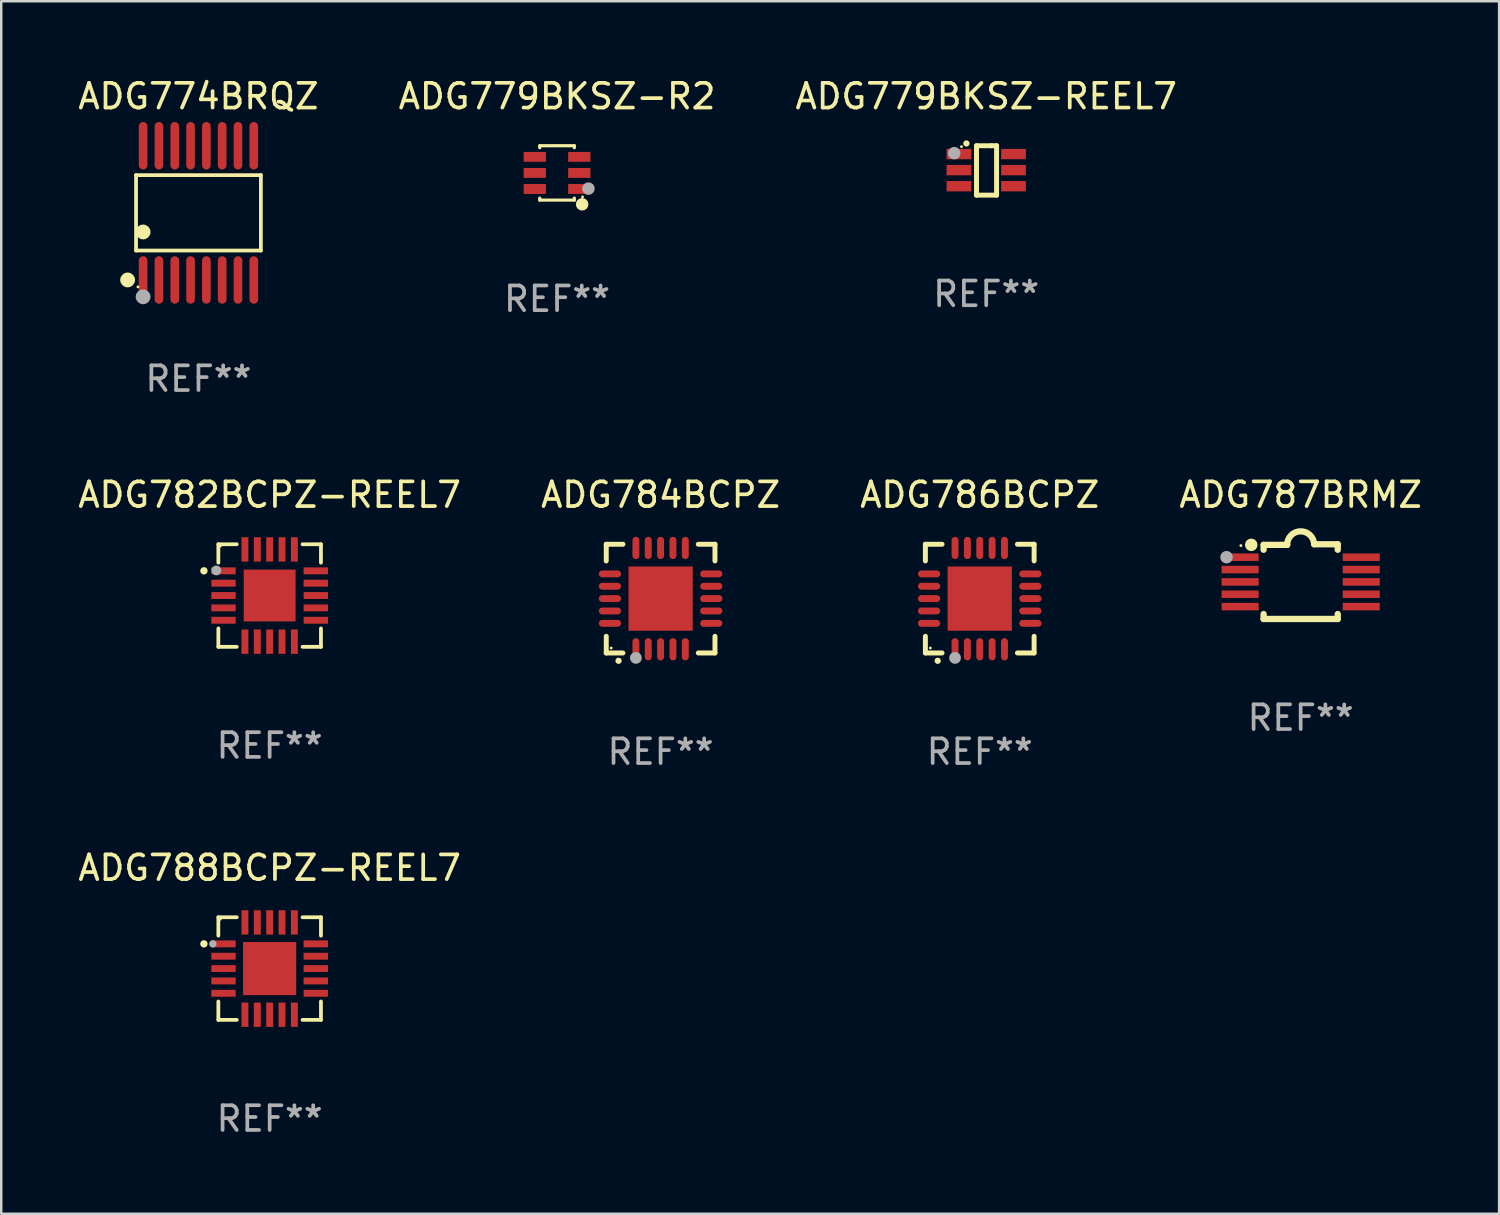
<source format=kicad_pcb>
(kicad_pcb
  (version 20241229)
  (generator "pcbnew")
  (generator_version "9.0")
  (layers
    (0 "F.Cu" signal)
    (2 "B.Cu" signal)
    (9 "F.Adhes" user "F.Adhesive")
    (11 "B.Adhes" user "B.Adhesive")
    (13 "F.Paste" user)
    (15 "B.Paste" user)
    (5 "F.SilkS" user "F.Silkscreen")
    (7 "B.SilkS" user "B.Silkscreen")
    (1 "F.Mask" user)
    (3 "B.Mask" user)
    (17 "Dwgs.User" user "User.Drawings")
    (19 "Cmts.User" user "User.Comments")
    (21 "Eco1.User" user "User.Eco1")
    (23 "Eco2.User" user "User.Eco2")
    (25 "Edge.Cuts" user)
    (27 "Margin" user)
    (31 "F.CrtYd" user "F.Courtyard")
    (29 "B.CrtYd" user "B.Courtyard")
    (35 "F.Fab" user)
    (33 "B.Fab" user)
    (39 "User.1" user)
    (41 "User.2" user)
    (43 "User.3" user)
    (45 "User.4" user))
  (footprint "ADG779BKSZ-R2"
    (layer "F.Cu")
    (at 19.494 3.948)
    (property "Reference" "ADG779BKSZ-R2" (at 0 -3.1 0) (layer "F.SilkS") (effects (font (size 1 1) (thickness 0.15))))
    (attr through_hole)
    (fp_line (start -0.7 -1.018) (end -0.7 -1.1) (stroke (width 0.127) (type solid)) (layer "F.SilkS"))
    (fp_line (start -0.7 1.1) (end -0.7 1.018) (stroke (width 0.127) (type solid)) (layer "F.SilkS"))
    (fp_line (start 0.7 -1.1) (end -0.7 -1.1) (stroke (width 0.127) (type solid)) (layer "F.SilkS"))
    (fp_line (start 0.7 -1.018) (end 0.7 -1.1) (stroke (width 0.127) (type solid)) (layer "F.SilkS"))
    (fp_line (start 0.7 1.1) (end -0.7 1.1) (stroke (width 0.127) (type solid)) (layer "F.SilkS"))
    (fp_line (start 0.7 1.1) (end 0.7 1.018) (stroke (width 0.127) (type solid)) (layer "F.SilkS"))
    (fp_circle (center 1.016 1.27) (end 1.143 1.27) (stroke (width 0.254) (type solid)) (fill no) (layer "F.SilkS"))
    (fp_circle (center 1.032 0.97) (end 1.062 0.97) (stroke (width 0.06) (type solid)) (fill no) (layer "F.SilkS"))
    (fp_circle (center 1.27 0.635) (end 1.397 0.635) (stroke (width 0.254) (type solid)) (fill no) (layer "F.Fab"))
    (fp_text user "REF**" (at 0 5.1 0) (layer "F.Fab") (effects (font (size 1 1) (thickness 0.15))))
    (pad "1" smd rect (at 0.9 0.65 90) (size 0.4 0.9) (layers "F.Cu" "F.Mask" "F.Paste"))
    (pad "2" smd rect (at 0.9 -0.000102 90) (size 0.4 0.9) (layers "F.Cu" "F.Mask" "F.Paste"))
    (pad "3" smd rect (at 0.9 -0.65 90) (size 0.4 0.9) (layers "F.Cu" "F.Mask" "F.Paste"))
    (pad "4" smd rect (at -0.9 -0.65 90) (size 0.4 0.9) (layers "F.Cu" "F.Mask" "F.Paste"))
    (pad "5" smd rect (at -0.9 -0.000102 90) (size 0.4 0.9) (layers "F.Cu" "F.Mask" "F.Paste"))
    (pad "6" smd rect (at -0.9 0.65 90) (size 0.4 0.9) (layers "F.Cu" "F.Mask" "F.Paste")))
  (footprint "ADG786BCPZ"
    (layer "F.Cu")
    (at 36.601 21.176)
    (property "Reference" "ADG786BCPZ" (at 0 -4.2 0) (layer "F.SilkS") (effects (font (size 1 1) (thickness 0.15))))
    (attr through_hole)
    (fp_line (start -2.2 -2.2) (end -1.525 -2.2) (stroke (width 0.2) (type solid)) (layer "F.SilkS"))
    (fp_line (start -2.2 -1.525) (end -2.2 -2.2) (stroke (width 0.2) (type solid)) (layer "F.SilkS"))
    (fp_line (start -2.2 2.2) (end -2.2 1.525) (stroke (width 0.2) (type solid)) (layer "F.SilkS"))
    (fp_line (start -1.525 2.2) (end -2.2 2.2) (stroke (width 0.2) (type solid)) (layer "F.SilkS"))
    (fp_line (start 1.525 2.2) (end 2.2 2.2) (stroke (width 0.2) (type solid)) (layer "F.SilkS"))
    (fp_line (start 2.2 -2.2) (end 1.525 -2.2) (stroke (width 0.2) (type solid)) (layer "F.SilkS"))
    (fp_line (start 2.2 -1.525) (end 2.2 -2.2) (stroke (width 0.2) (type solid)) (layer "F.SilkS"))
    (fp_line (start 2.2 2.2) (end 2.2 1.525) (stroke (width 0.2) (type solid)) (layer "F.SilkS"))
    (fp_arc (start -1.703073 2.516612) (mid -1.701803 2.516606) (end -1.700533 2.516612) (stroke (width 0.25) (type solid)) (layer "F.SilkS"))
    (fp_circle (center -2 2) (end -1.97 2) (stroke (width 0.06) (type solid)) (fill no) (layer "F.SilkS"))
    (fp_circle (center -1 2.4) (end -0.88 2.4) (stroke (width 0.24) (type solid)) (fill no) (layer "F.Fab"))
    (fp_text user "REF**" (at 0 6.2 0) (layer "F.Fab") (effects (font (size 1 1) (thickness 0.15))))
    (pad "1" smd oval (at -1 2.05) (size 0.28 0.9) (layers "F.Cu" "F.Mask" "F.Paste"))
    (pad "2" smd oval (at -0.5 2.05) (size 0.28 0.9) (layers "F.Cu" "F.Mask" "F.Paste"))
    (pad "3" smd oval (at 0.000076 2.05) (size 0.28 0.9) (layers "F.Cu" "F.Mask" "F.Paste"))
    (pad "4" smd oval (at 0.5 2.05) (size 0.28 0.9) (layers "F.Cu" "F.Mask" "F.Paste"))
    (pad "5" smd oval (at 1 2.05) (size 0.28 0.9) (layers "F.Cu" "F.Mask" "F.Paste"))
    (pad "6" smd oval (at 2.05 1) (size 0.9 0.28) (layers "F.Cu" "F.Mask" "F.Paste"))
    (pad "7" smd oval (at 2.05 0.5) (size 0.9 0.28) (layers "F.Cu" "F.Mask" "F.Paste"))
    (pad "8" smd oval (at 2.05 0.000076) (size 0.9 0.28) (layers "F.Cu" "F.Mask" "F.Paste"))
    (pad "9" smd oval (at 2.05 -0.5) (size 0.9 0.28) (layers "F.Cu" "F.Mask" "F.Paste"))
    (pad "10" smd oval (at 2.05 -1) (size 0.9 0.28) (layers "F.Cu" "F.Mask" "F.Paste"))
    (pad "11" smd oval (at 1 -2.05) (size 0.28 0.9) (layers "F.Cu" "F.Mask" "F.Paste"))
    (pad "12" smd oval (at 0.5 -2.05) (size 0.28 0.9) (layers "F.Cu" "F.Mask" "F.Paste"))
    (pad "13" smd oval (at 0.000076 -2.05) (size 0.28 0.9) (layers "F.Cu" "F.Mask" "F.Paste"))
    (pad "14" smd oval (at -0.5 -2.05) (size 0.28 0.9) (layers "F.Cu" "F.Mask" "F.Paste"))
    (pad "15" smd oval (at -1 -2.05) (size 0.28 0.9) (layers "F.Cu" "F.Mask" "F.Paste"))
    (pad "16" smd oval (at -2.05 -1) (size 0.9 0.28) (layers "F.Cu" "F.Mask" "F.Paste"))
    (pad "17" smd oval (at -2.05 -0.5) (size 0.9 0.28) (layers "F.Cu" "F.Mask" "F.Paste"))
    (pad "18" smd oval (at -2.05 0.000076) (size 0.9 0.28) (layers "F.Cu" "F.Mask" "F.Paste"))
    (pad "19" smd oval (at -2.05 0.5) (size 0.9 0.28) (layers "F.Cu" "F.Mask" "F.Paste"))
    (pad "20" smd oval (at -2.05 1) (size 0.9 0.28) (layers "F.Cu" "F.Mask" "F.Paste"))
    (pad "21" smd rect (at 0.000076 0.000076) (size 2.6 2.6) (layers "F.Cu" "F.Mask" "F.Paste")))
  (footprint "ADG774BRQZ"
    (layer "F.Cu")
    (at 4.982 5.564)
    (property "Reference" "ADG774BRQZ" (at 0 -4.716 0) (layer "F.SilkS") (effects (font (size 1 1) (thickness 0.15))))
    (attr through_hole)
    (fp_line (start -2.526 -1.526) (end 2.526 -1.526) (stroke (width 0.152) (type solid)) (layer "F.SilkS"))
    (fp_line (start -2.526 1.526) (end -2.526 -1.526) (stroke (width 0.152) (type solid)) (layer "F.SilkS"))
    (fp_line (start 2.526 -1.526) (end 2.526 1.526) (stroke (width 0.152) (type solid)) (layer "F.SilkS"))
    (fp_line (start 2.526 1.526) (end -2.526 1.526) (stroke (width 0.152) (type solid)) (layer "F.SilkS"))
    (fp_circle (center -2.867 2.716) (end -2.717 2.716) (stroke (width 0.3) (type solid)) (fill no) (layer "F.SilkS"))
    (fp_circle (center -2.45 2.997) (end -2.42 2.997) (stroke (width 0.06) (type solid)) (fill no) (layer "F.SilkS"))
    (fp_circle (center -2.24 0.774) (end -2.09 0.774) (stroke (width 0.3) (type solid)) (fill no) (layer "F.SilkS"))
    (fp_circle (center -2.24 3.398) (end -2.09 3.398) (stroke (width 0.3) (type solid)) (fill no) (layer "F.Fab"))
    (fp_text user "REF**" (at 0 6.716 0) (layer "F.Fab") (effects (font (size 1 1) (thickness 0.15))))
    (pad "1" smd oval (at -2.24 2.716) (size 0.35 1.922) (layers "F.Cu" "F.Mask" "F.Paste"))
    (pad "2" smd oval (at -1.6 2.716) (size 0.35 1.922) (layers "F.Cu" "F.Mask" "F.Paste"))
    (pad "3" smd oval (at -0.96 2.716) (size 0.35 1.922) (layers "F.Cu" "F.Mask" "F.Paste"))
    (pad "4" smd oval (at -0.32 2.716) (size 0.35 1.922) (layers "F.Cu" "F.Mask" "F.Paste"))
    (pad "5" smd oval (at 0.32 2.716) (size 0.35 1.922) (layers "F.Cu" "F.Mask" "F.Paste"))
    (pad "6" smd oval (at 0.96 2.716) (size 0.35 1.922) (layers "F.Cu" "F.Mask" "F.Paste"))
    (pad "7" smd oval (at 1.6 2.716) (size 0.35 1.922) (layers "F.Cu" "F.Mask" "F.Paste"))
    (pad "8" smd oval (at 2.24 2.716) (size 0.35 1.922) (layers "F.Cu" "F.Mask" "F.Paste"))
    (pad "9" smd oval (at 2.24 -2.716) (size 0.35 1.922) (layers "F.Cu" "F.Mask" "F.Paste"))
    (pad "10" smd oval (at 1.6 -2.716) (size 0.35 1.922) (layers "F.Cu" "F.Mask" "F.Paste"))
    (pad "11" smd oval (at 0.96 -2.716) (size 0.35 1.922) (layers "F.Cu" "F.Mask" "F.Paste"))
    (pad "12" smd oval (at 0.32 -2.716) (size 0.35 1.922) (layers "F.Cu" "F.Mask" "F.Paste"))
    (pad "13" smd oval (at -0.32 -2.716) (size 0.35 1.922) (layers "F.Cu" "F.Mask" "F.Paste"))
    (pad "14" smd oval (at -0.96 -2.716) (size 0.35 1.922) (layers "F.Cu" "F.Mask" "F.Paste"))
    (pad "15" smd oval (at -1.6 -2.716) (size 0.35 1.922) (layers "F.Cu" "F.Mask" "F.Paste"))
    (pad "16" smd oval (at -2.24 -2.716) (size 0.35 1.922) (layers "F.Cu" "F.Mask" "F.Paste")))
  (footprint "ADG779BKSZ-REEL7"
    (layer "F.Cu")
    (at 36.863 3.848)
    (property "Reference" "ADG779BKSZ-REEL7" (at 0 -3 0) (layer "F.SilkS") (effects (font (size 1 1) (thickness 0.15))))
    (attr through_hole)
    (fp_line (start -0.393 -1) (end -0.393 1) (stroke (width 0.2) (type solid)) (layer "F.SilkS"))
    (fp_line (start -0.393 1) (end 0.419 1) (stroke (width 0.2) (type solid)) (layer "F.SilkS"))
    (fp_line (start 0.213 -1) (end -0.393 -1) (stroke (width 0.2) (type solid)) (layer "F.SilkS"))
    (fp_line (start 0.419 -1) (end 0.213 -1) (stroke (width 0.2) (type solid)) (layer "F.SilkS"))
    (fp_line (start 0.419 1) (end 0.419 -1) (stroke (width 0.2) (type solid)) (layer "F.SilkS"))
    (fp_arc (start -0.802413 -1.092202) (mid -0.801143 -1.092209) (end -0.799873 -1.092202) (stroke (width 0.25) (type solid)) (layer "F.SilkS"))
    (fp_circle (center -1 -0.963) (end -0.97 -0.963) (stroke (width 0.06) (type solid)) (fill no) (layer "F.SilkS"))
    (fp_circle (center -1.295 -0.699) (end -1.168 -0.699) (stroke (width 0.254) (type solid)) (fill no) (layer "F.Fab"))
    (fp_text user "REF**" (at 0 5 0) (layer "F.Fab") (effects (font (size 1 1) (thickness 0.15))))
    (pad "1" smd rect (at -1.105 -0.663 270) (size 0.42 1) (layers "F.Cu" "F.Mask" "F.Paste"))
    (pad "2" smd rect (at -1.105 -0.013 270) (size 0.42 1) (layers "F.Cu" "F.Mask" "F.Paste"))
    (pad "3" smd rect (at -1.105 0.637 270) (size 0.42 1) (layers "F.Cu" "F.Mask" "F.Paste"))
    (pad "4" smd rect (at 1.105 0.637 90) (size 0.42 1) (layers "F.Cu" "F.Mask" "F.Paste"))
    (pad "5" smd rect (at 1.105 -0.013 90) (size 0.42 1) (layers "F.Cu" "F.Mask" "F.Paste"))
    (pad "6" smd rect (at 1.105 -0.663 90) (size 0.42 1) (layers "F.Cu" "F.Mask" "F.Paste")))
  (footprint "ADG787BRMZ"
    (layer "F.Cu")
    (at 49.589 20.488)
    (property "Reference" "ADG787BRMZ" (at 0 -3.512 0) (layer "F.SilkS") (effects (font (size 1 1) (thickness 0.15))))
    (attr through_hole)
    (fp_line (start -1.5 -1.288) (end -1.5 -1.487) (stroke (width 0.254) (type solid)) (layer "F.SilkS"))
    (fp_line (start -1.5 1.512) (end -1.5 1.312) (stroke (width 0.254) (type solid)) (layer "F.SilkS"))
    (fp_line (start -0.546 -1.487) (end -1.5 -1.487) (stroke (width 0.254) (type solid)) (layer "F.SilkS"))
    (fp_line (start 1.5 -1.512) (end 0.546 -1.512) (stroke (width 0.254) (type solid)) (layer "F.SilkS"))
    (fp_line (start 1.5 -1.288) (end 1.5 -1.512) (stroke (width 0.254) (type solid)) (layer "F.SilkS"))
    (fp_line (start 1.5 1.512) (end -1.5 1.512) (stroke (width 0.254) (type solid)) (layer "F.SilkS"))
    (fp_line (start 1.5 1.512) (end 1.5 1.312) (stroke (width 0.254) (type solid)) (layer "F.SilkS"))
    (fp_arc (start -0.546151 -1.486601) (mid -0.01246 -2.032889) (end 0.54605 -1.512002) (stroke (width 0.254001) (type solid)) (layer "F.SilkS"))
    (fp_circle (center -2.42 -1.458) (end -2.39 -1.458) (stroke (width 0.06) (type solid)) (fill no) (layer "F.SilkS"))
    (fp_circle (center -2 -1.488) (end -1.873 -1.488) (stroke (width 0.254) (type solid)) (fill no) (layer "F.SilkS"))
    (fp_circle (center -3 -0.988) (end -2.873 -0.988) (stroke (width 0.254) (type solid)) (fill no) (layer "F.Fab"))
    (fp_text user "REF**" (at 0 5.512 0) (layer "F.Fab") (effects (font (size 1 1) (thickness 0.15))))
    (pad "1" smd rect (at -2.451 -0.988) (size 1.5 0.305) (layers "F.Cu" "F.Mask" "F.Paste"))
    (pad "2" smd rect (at -2.451 -0.488) (size 1.5 0.305) (layers "F.Cu" "F.Mask" "F.Paste"))
    (pad "3" smd rect (at -2.451 0.012) (size 1.5 0.305) (layers "F.Cu" "F.Mask" "F.Paste"))
    (pad "4" smd rect (at -2.451 0.512) (size 1.5 0.305) (layers "F.Cu" "F.Mask" "F.Paste"))
    (pad "5" smd rect (at -2.451 1.012) (size 1.5 0.305) (layers "F.Cu" "F.Mask" "F.Paste"))
    (pad "6" smd rect (at 2.451 1.012) (size 1.5 0.305) (layers "F.Cu" "F.Mask" "F.Paste"))
    (pad "7" smd rect (at 2.451 0.512) (size 1.5 0.305) (layers "F.Cu" "F.Mask" "F.Paste"))
    (pad "8" smd rect (at 2.451 0.012) (size 1.5 0.305) (layers "F.Cu" "F.Mask" "F.Paste"))
    (pad "9" smd rect (at 2.451 -0.488) (size 1.5 0.305) (layers "F.Cu" "F.Mask" "F.Paste"))
    (pad "10" smd rect (at 2.451 -0.988) (size 1.5 0.305) (layers "F.Cu" "F.Mask" "F.Paste")))
  (footprint "ADG782BCPZ-REEL7"
    (layer "F.Cu")
    (at 7.863 21.052)
    (property "Reference" "ADG782BCPZ-REEL7" (at 0 -4.076 0) (layer "F.SilkS") (effects (font (size 1 1) (thickness 0.15))))
    (attr through_hole)
    (fp_line (start -2.076 -2.076) (end -2.076 -1.331) (stroke (width 0.152) (type solid)) (layer "F.SilkS"))
    (fp_line (start -2.076 2.076) (end -2.076 1.331) (stroke (width 0.152) (type solid)) (layer "F.SilkS"))
    (fp_line (start -1.331 -2.076) (end -2.076 -2.076) (stroke (width 0.152) (type solid)) (layer "F.SilkS"))
    (fp_line (start -1.331 2.076) (end -2.076 2.076) (stroke (width 0.152) (type solid)) (layer "F.SilkS"))
    (fp_line (start 1.331 -2.076) (end 2.076 -2.076) (stroke (width 0.152) (type solid)) (layer "F.SilkS"))
    (fp_line (start 1.331 2.076) (end 2.076 2.076) (stroke (width 0.152) (type solid)) (layer "F.SilkS"))
    (fp_line (start 2.076 -2.076) (end 2.076 -1.331) (stroke (width 0.152) (type solid)) (layer "F.SilkS"))
    (fp_line (start 2.076 2.076) (end 2.076 1.331) (stroke (width 0.152) (type solid)) (layer "F.SilkS"))
    (fp_circle (center -2.66 -1) (end -2.585 -1) (stroke (width 0.15) (type solid)) (fill no) (layer "F.SilkS"))
    (fp_circle (center -2 -2) (end -1.97 -2) (stroke (width 0.06) (type solid)) (fill no) (layer "F.SilkS"))
    (fp_circle (center -2.159 -1.016) (end -2.059 -1.016) (stroke (width 0.2) (type solid)) (fill no) (layer "F.Fab"))
    (fp_text user "REF**" (at 0 6.076 0) (layer "F.Fab") (effects (font (size 1 1) (thickness 0.15))))
    (pad "1" smd rect (at -1.867 -1) (size 0.985 0.28) (layers "F.Cu" "F.Mask" "F.Paste"))
    (pad "2" smd rect (at -1.867 -0.5) (size 0.985 0.28) (layers "F.Cu" "F.Mask" "F.Paste"))
    (pad "3" smd rect (at -1.867 0) (size 0.985 0.28) (layers "F.Cu" "F.Mask" "F.Paste"))
    (pad "4" smd rect (at -1.867 0.5) (size 0.985 0.28) (layers "F.Cu" "F.Mask" "F.Paste"))
    (pad "5" smd rect (at -1.867 1) (size 0.985 0.28) (layers "F.Cu" "F.Mask" "F.Paste"))
    (pad "6" smd rect (at -1 1.867) (size 0.28 0.985) (layers "F.Cu" "F.Mask" "F.Paste"))
    (pad "7" smd rect (at -0.5 1.867) (size 0.28 0.985) (layers "F.Cu" "F.Mask" "F.Paste"))
    (pad "8" smd rect (at 0 1.867) (size 0.28 0.985) (layers "F.Cu" "F.Mask" "F.Paste"))
    (pad "9" smd rect (at 0.5 1.867) (size 0.28 0.985) (layers "F.Cu" "F.Mask" "F.Paste"))
    (pad "10" smd rect (at 1 1.867) (size 0.28 0.985) (layers "F.Cu" "F.Mask" "F.Paste"))
    (pad "11" smd rect (at 1.867 1) (size 0.985 0.28) (layers "F.Cu" "F.Mask" "F.Paste"))
    (pad "12" smd rect (at 1.867 0.5) (size 0.985 0.28) (layers "F.Cu" "F.Mask" "F.Paste"))
    (pad "13" smd rect (at 1.867 0) (size 0.985 0.28) (layers "F.Cu" "F.Mask" "F.Paste"))
    (pad "14" smd rect (at 1.867 -0.5) (size 0.985 0.28) (layers "F.Cu" "F.Mask" "F.Paste"))
    (pad "15" smd rect (at 1.867 -1) (size 0.985 0.28) (layers "F.Cu" "F.Mask" "F.Paste"))
    (pad "16" smd rect (at 1 -1.867) (size 0.28 0.985) (layers "F.Cu" "F.Mask" "F.Paste"))
    (pad "17" smd rect (at 0.5 -1.867) (size 0.28 0.985) (layers "F.Cu" "F.Mask" "F.Paste"))
    (pad "18" smd rect (at 0 -1.867) (size 0.28 0.985) (layers "F.Cu" "F.Mask" "F.Paste"))
    (pad "19" smd rect (at -0.5 -1.867) (size 0.28 0.985) (layers "F.Cu" "F.Mask" "F.Paste"))
    (pad "20" smd rect (at -1 -1.867) (size 0.28 0.985) (layers "F.Cu" "F.Mask" "F.Paste"))
    (pad "21" smd rect (at 0 0) (size 2.1 2.1) (layers "F.Cu" "F.Mask" "F.Paste")))
  (footprint "ADG788BCPZ-REEL7"
    (layer "F.Cu")
    (at 7.863 36.149)
    (property "Reference" "ADG788BCPZ-REEL7" (at 0 -4.076 0) (layer "F.SilkS") (effects (font (size 1 1) (thickness 0.15))))
    (attr through_hole)
    (fp_line (start -2.076 -2.076) (end -2.076 -1.331) (stroke (width 0.152) (type solid)) (layer "F.SilkS"))
    (fp_line (start -2.076 2.076) (end -2.076 1.331) (stroke (width 0.152) (type solid)) (layer "F.SilkS"))
    (fp_line (start -1.331 -2.076) (end -2.076 -2.076) (stroke (width 0.152) (type solid)) (layer "F.SilkS"))
    (fp_line (start -1.331 2.076) (end -2.076 2.076) (stroke (width 0.152) (type solid)) (layer "F.SilkS"))
    (fp_line (start 1.331 -2.076) (end 2.076 -2.076) (stroke (width 0.152) (type solid)) (layer "F.SilkS"))
    (fp_line (start 1.331 2.076) (end 2.076 2.076) (stroke (width 0.152) (type solid)) (layer "F.SilkS"))
    (fp_line (start 2.076 -2.076) (end 2.076 -1.331) (stroke (width 0.152) (type solid)) (layer "F.SilkS"))
    (fp_line (start 2.076 2.076) (end 2.076 1.331) (stroke (width 0.152) (type solid)) (layer "F.SilkS"))
    (fp_circle (center -2.66 -1) (end -2.585 -1) (stroke (width 0.15) (type solid)) (fill no) (layer "F.SilkS"))
    (fp_circle (center -2 -2) (end -1.97 -2) (stroke (width 0.06) (type solid)) (fill no) (layer "F.SilkS"))
    (fp_circle (center -2.3 -1) (end -2.225 -1) (stroke (width 0.15) (type solid)) (fill no) (layer "F.Fab"))
    (fp_text user "REF**" (at 0 6.076 0) (layer "F.Fab") (effects (font (size 1 1) (thickness 0.15))))
    (pad "1" smd rect (at -1.867 -1) (size 0.985 0.28) (layers "F.Cu" "F.Mask" "F.Paste"))
    (pad "2" smd rect (at -1.867 -0.5) (size 0.985 0.28) (layers "F.Cu" "F.Mask" "F.Paste"))
    (pad "3" smd rect (at -1.867 0) (size 0.985 0.28) (layers "F.Cu" "F.Mask" "F.Paste"))
    (pad "4" smd rect (at -1.867 0.5) (size 0.985 0.28) (layers "F.Cu" "F.Mask" "F.Paste"))
    (pad "5" smd rect (at -1.867 1) (size 0.985 0.28) (layers "F.Cu" "F.Mask" "F.Paste"))
    (pad "6" smd rect (at -1 1.867) (size 0.28 0.985) (layers "F.Cu" "F.Mask" "F.Paste"))
    (pad "7" smd rect (at -0.5 1.867) (size 0.28 0.985) (layers "F.Cu" "F.Mask" "F.Paste"))
    (pad "8" smd rect (at 0 1.867) (size 0.28 0.985) (layers "F.Cu" "F.Mask" "F.Paste"))
    (pad "9" smd rect (at 0.5 1.867) (size 0.28 0.985) (layers "F.Cu" "F.Mask" "F.Paste"))
    (pad "10" smd rect (at 1 1.867) (size 0.28 0.985) (layers "F.Cu" "F.Mask" "F.Paste"))
    (pad "11" smd rect (at 1.867 1) (size 0.985 0.28) (layers "F.Cu" "F.Mask" "F.Paste"))
    (pad "12" smd rect (at 1.867 0.5) (size 0.985 0.28) (layers "F.Cu" "F.Mask" "F.Paste"))
    (pad "13" smd rect (at 1.867 0) (size 0.985 0.28) (layers "F.Cu" "F.Mask" "F.Paste"))
    (pad "14" smd rect (at 1.867 -0.5) (size 0.985 0.28) (layers "F.Cu" "F.Mask" "F.Paste"))
    (pad "15" smd rect (at 1.867 -1) (size 0.985 0.28) (layers "F.Cu" "F.Mask" "F.Paste"))
    (pad "16" smd rect (at 1 -1.867) (size 0.28 0.985) (layers "F.Cu" "F.Mask" "F.Paste"))
    (pad "17" smd rect (at 0.5 -1.867) (size 0.28 0.985) (layers "F.Cu" "F.Mask" "F.Paste"))
    (pad "18" smd rect (at 0 -1.867) (size 0.28 0.985) (layers "F.Cu" "F.Mask" "F.Paste"))
    (pad "19" smd rect (at -0.5 -1.867) (size 0.28 0.985) (layers "F.Cu" "F.Mask" "F.Paste"))
    (pad "20" smd rect (at -1 -1.867) (size 0.28 0.985) (layers "F.Cu" "F.Mask" "F.Paste"))
    (pad "21" smd rect (at 0 0) (size 2.15 2.15) (layers "F.Cu" "F.Mask" "F.Paste")))
  (footprint "ADG784BCPZ"
    (layer "F.Cu")
    (at 23.685 21.176)
    (property "Reference" "ADG784BCPZ" (at 0 -4.2 0) (layer "F.SilkS") (effects (font (size 1 1) (thickness 0.15))))
    (attr through_hole)
    (fp_line (start -2.2 -2.2) (end -1.525 -2.2) (stroke (width 0.2) (type solid)) (layer "F.SilkS"))
    (fp_line (start -2.2 -1.525) (end -2.2 -2.2) (stroke (width 0.2) (type solid)) (layer "F.SilkS"))
    (fp_line (start -2.2 2.2) (end -2.2 1.525) (stroke (width 0.2) (type solid)) (layer "F.SilkS"))
    (fp_line (start -1.525 2.2) (end -2.2 2.2) (stroke (width 0.2) (type solid)) (layer "F.SilkS"))
    (fp_line (start 1.525 2.2) (end 2.2 2.2) (stroke (width 0.2) (type solid)) (layer "F.SilkS"))
    (fp_line (start 2.2 -2.2) (end 1.525 -2.2) (stroke (width 0.2) (type solid)) (layer "F.SilkS"))
    (fp_line (start 2.2 -1.525) (end 2.2 -2.2) (stroke (width 0.2) (type solid)) (layer "F.SilkS"))
    (fp_line (start 2.2 2.2) (end 2.2 1.525) (stroke (width 0.2) (type solid)) (layer "F.SilkS"))
    (fp_arc (start -1.703073 2.516612) (mid -1.701803 2.516606) (end -1.700533 2.516612) (stroke (width 0.25) (type solid)) (layer "F.SilkS"))
    (fp_circle (center -2 2) (end -1.97 2) (stroke (width 0.06) (type solid)) (fill no) (layer "F.SilkS"))
    (fp_circle (center -1 2.4) (end -0.88 2.4) (stroke (width 0.24) (type solid)) (fill no) (layer "F.Fab"))
    (fp_text user "REF**" (at 0 6.2 0) (layer "F.Fab") (effects (font (size 1 1) (thickness 0.15))))
    (pad "1" smd oval (at -1 2.05) (size 0.28 0.9) (layers "F.Cu" "F.Mask" "F.Paste"))
    (pad "2" smd oval (at -0.5 2.05) (size 0.28 0.9) (layers "F.Cu" "F.Mask" "F.Paste"))
    (pad "3" smd oval (at 0.000076 2.05) (size 0.28 0.9) (layers "F.Cu" "F.Mask" "F.Paste"))
    (pad "4" smd oval (at 0.5 2.05) (size 0.28 0.9) (layers "F.Cu" "F.Mask" "F.Paste"))
    (pad "5" smd oval (at 1 2.05) (size 0.28 0.9) (layers "F.Cu" "F.Mask" "F.Paste"))
    (pad "6" smd oval (at 2.05 1) (size 0.9 0.28) (layers "F.Cu" "F.Mask" "F.Paste"))
    (pad "7" smd oval (at 2.05 0.5) (size 0.9 0.28) (layers "F.Cu" "F.Mask" "F.Paste"))
    (pad "8" smd oval (at 2.05 0.000076) (size 0.9 0.28) (layers "F.Cu" "F.Mask" "F.Paste"))
    (pad "9" smd oval (at 2.05 -0.5) (size 0.9 0.28) (layers "F.Cu" "F.Mask" "F.Paste"))
    (pad "10" smd oval (at 2.05 -1) (size 0.9 0.28) (layers "F.Cu" "F.Mask" "F.Paste"))
    (pad "11" smd oval (at 1 -2.05) (size 0.28 0.9) (layers "F.Cu" "F.Mask" "F.Paste"))
    (pad "12" smd oval (at 0.5 -2.05) (size 0.28 0.9) (layers "F.Cu" "F.Mask" "F.Paste"))
    (pad "13" smd oval (at 0.000076 -2.05) (size 0.28 0.9) (layers "F.Cu" "F.Mask" "F.Paste"))
    (pad "14" smd oval (at -0.5 -2.05) (size 0.28 0.9) (layers "F.Cu" "F.Mask" "F.Paste"))
    (pad "15" smd oval (at -1 -2.05) (size 0.28 0.9) (layers "F.Cu" "F.Mask" "F.Paste"))
    (pad "16" smd oval (at -2.05 -1) (size 0.9 0.28) (layers "F.Cu" "F.Mask" "F.Paste"))
    (pad "17" smd oval (at -2.05 -0.5) (size 0.9 0.28) (layers "F.Cu" "F.Mask" "F.Paste"))
    (pad "18" smd oval (at -2.05 0.000076) (size 0.9 0.28) (layers "F.Cu" "F.Mask" "F.Paste"))
    (pad "19" smd oval (at -2.05 0.5) (size 0.9 0.28) (layers "F.Cu" "F.Mask" "F.Paste"))
    (pad "20" smd oval (at -2.05 1) (size 0.9 0.28) (layers "F.Cu" "F.Mask" "F.Paste"))
    (pad "21" smd rect (at 0.000076 0.000076) (size 2.6 2.6) (layers "F.Cu" "F.Mask" "F.Paste")))
  (gr_rect
    (start -3 -3)
    (end 57.619 46.073)
    (stroke (width 0.1) (type default))
    (fill no)
    (layer "Edge.Cuts")))
</source>
